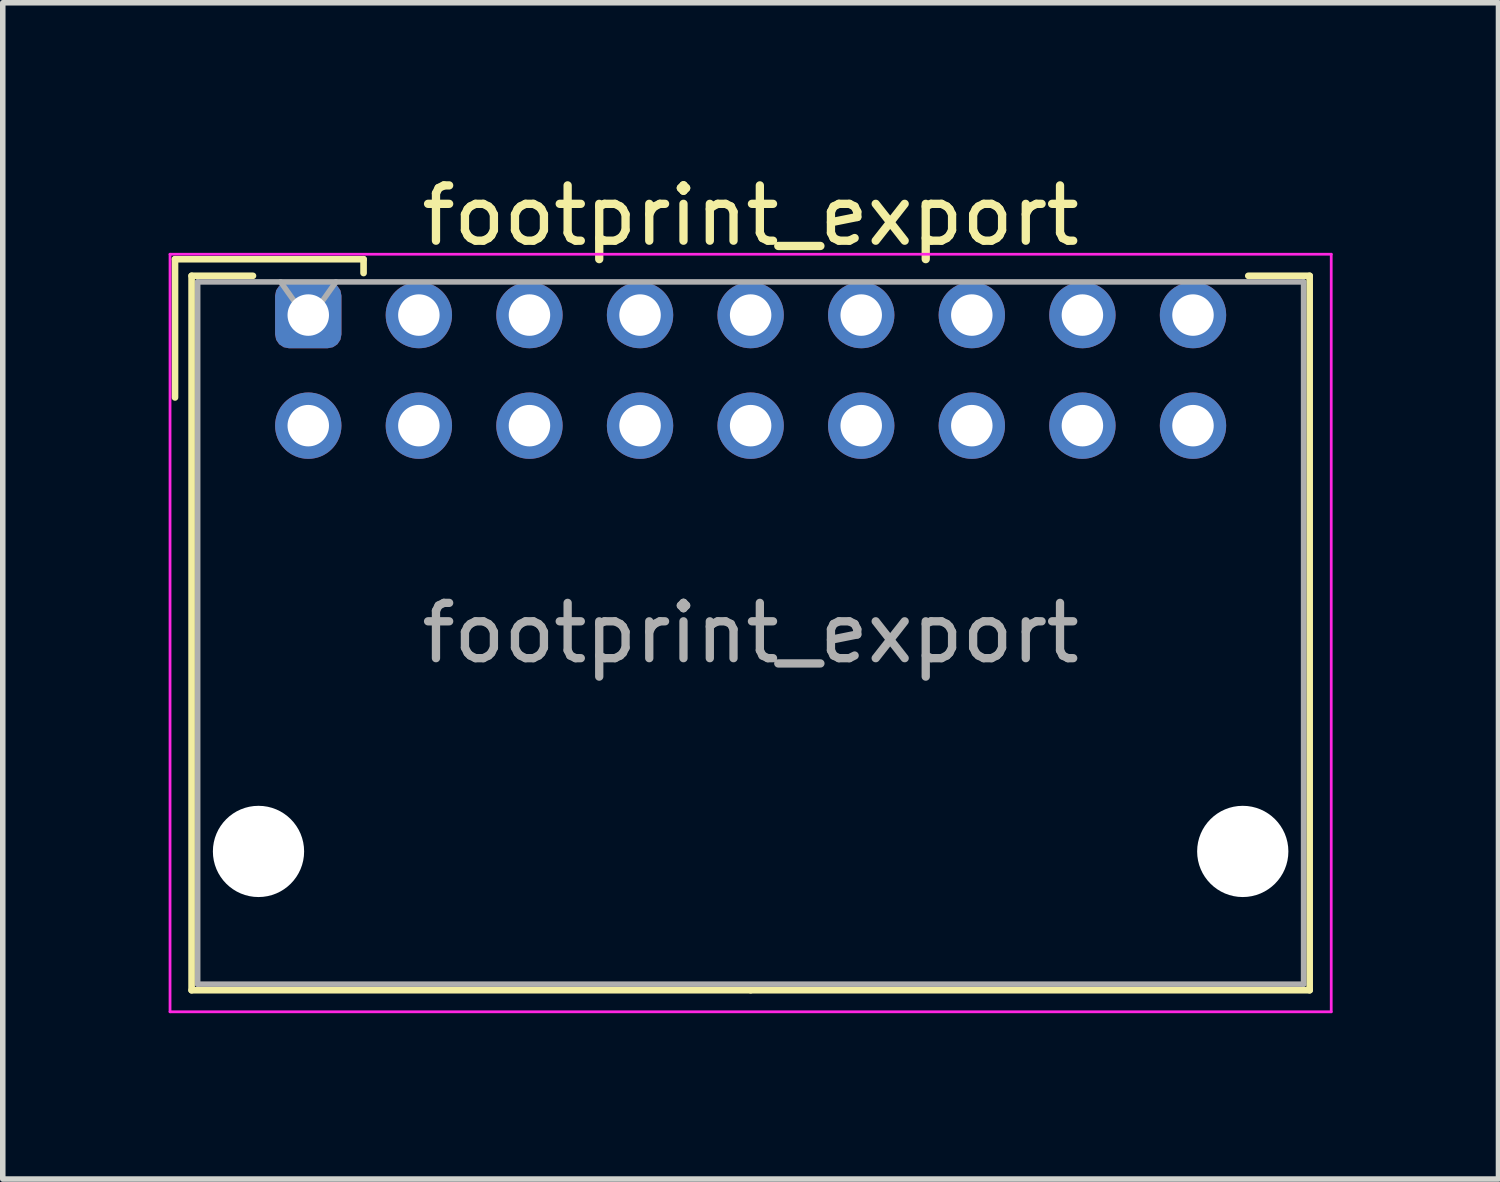
<source format=kicad_pcb>
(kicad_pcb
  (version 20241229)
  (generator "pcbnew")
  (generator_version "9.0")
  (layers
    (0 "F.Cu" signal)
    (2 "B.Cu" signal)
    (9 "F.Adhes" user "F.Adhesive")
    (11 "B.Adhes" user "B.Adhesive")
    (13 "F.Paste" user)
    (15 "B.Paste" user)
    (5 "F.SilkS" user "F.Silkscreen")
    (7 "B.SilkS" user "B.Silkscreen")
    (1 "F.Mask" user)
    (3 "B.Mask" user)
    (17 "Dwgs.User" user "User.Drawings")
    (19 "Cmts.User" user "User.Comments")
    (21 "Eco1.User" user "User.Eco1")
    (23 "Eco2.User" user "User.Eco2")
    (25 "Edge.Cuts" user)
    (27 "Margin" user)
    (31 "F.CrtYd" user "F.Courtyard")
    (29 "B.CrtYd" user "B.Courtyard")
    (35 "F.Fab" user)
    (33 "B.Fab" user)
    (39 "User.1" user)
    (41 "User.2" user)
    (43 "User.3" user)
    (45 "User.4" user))
  (footprint "footprint_export"
    (layer "F.Cu")
    (at 2.525 2.648)
    (property "Reference" "footprint_export" (at 8 -1.8 0) (layer "F.SilkS") (effects (font (size 1 1) (thickness 0.15))))
    (attr through_hole)
    (fp_line (start -2.41 -1.01) (end -2.41 1.49) (stroke (width 0.12) (type solid)) (layer "F.SilkS"))
    (fp_line (start -2.11 -0.71) (end -2.11 12.21) (stroke (width 0.12) (type solid)) (layer "F.SilkS"))
    (fp_line (start -2.11 12.21) (end 8 12.21) (stroke (width 0.12) (type solid)) (layer "F.SilkS"))
    (fp_line (start -1 -0.71) (end -2.11 -0.71) (stroke (width 0.12) (type solid)) (layer "F.SilkS"))
    (fp_line (start 1 -1.01) (end -2.41 -1.01) (stroke (width 0.12) (type solid)) (layer "F.SilkS"))
    (fp_line (start 1 -0.76) (end 1 -1.01) (stroke (width 0.12) (type solid)) (layer "F.SilkS"))
    (fp_line (start 17 -0.71) (end 18.11 -0.71) (stroke (width 0.12) (type solid)) (layer "F.SilkS"))
    (fp_line (start 18.11 -0.71) (end 18.11 12.21) (stroke (width 0.12) (type solid)) (layer "F.SilkS"))
    (fp_line (start 18.11 12.21) (end 8 12.21) (stroke (width 0.12) (type solid)) (layer "F.SilkS"))
    (fp_line (start -2.5 -1.1) (end -2.5 12.6) (stroke (width 0.05) (type solid)) (layer "F.CrtYd"))
    (fp_line (start -2.5 12.6) (end 18.5 12.6) (stroke (width 0.05) (type solid)) (layer "F.CrtYd"))
    (fp_line (start 18.5 -1.1) (end -2.5 -1.1) (stroke (width 0.05) (type solid)) (layer "F.CrtYd"))
    (fp_line (start 18.5 12.6) (end 18.5 -1.1) (stroke (width 0.05) (type solid)) (layer "F.CrtYd"))
    (fp_line (start -2 -0.6) (end -2 12.1) (stroke (width 0.1) (type solid)) (layer "F.Fab"))
    (fp_line (start -2 12.1) (end 18 12.1) (stroke (width 0.1) (type solid)) (layer "F.Fab"))
    (fp_line (start 0 0.107) (end -0.5 -0.6) (stroke (width 0.1) (type solid)) (layer "F.Fab"))
    (fp_line (start 0.5 -0.6) (end 0 0.107) (stroke (width 0.1) (type solid)) (layer "F.Fab"))
    (fp_line (start 18 -0.6) (end -2 -0.6) (stroke (width 0.1) (type solid)) (layer "F.Fab"))
    (fp_line (start 18 12.1) (end 18 -0.6) (stroke (width 0.1) (type solid)) (layer "F.Fab"))
    (fp_text user "${REFERENCE}" (at 8 5.75 0) (layer "F.Fab") (effects (font (size 1 1) (thickness 0.15))))
    (pad "" np_thru_hole circle (at -0.9 9.7) (size 1.65 1.65) (drill 1.65) (layers "*.Cu" "*.Mask"))
    (pad "" np_thru_hole circle (at 16.9 9.7) (size 1.65 1.65) (drill 1.65) (layers "*.Cu" "*.Mask"))
    (pad "1" thru_hole roundrect (at 0 0) (size 1.2 1.2) (drill 0.75) (layers "*.Cu" "*.Mask") (roundrect_rratio 0.208))
    (pad "2" thru_hole circle (at 0 2) (size 1.2 1.2) (drill 0.75) (layers "*.Cu" "*.Mask"))
    (pad "3" thru_hole circle (at 2 0) (size 1.2 1.2) (drill 0.75) (layers "*.Cu" "*.Mask"))
    (pad "4" thru_hole circle (at 2 2) (size 1.2 1.2) (drill 0.75) (layers "*.Cu" "*.Mask"))
    (pad "5" thru_hole circle (at 4 0) (size 1.2 1.2) (drill 0.75) (layers "*.Cu" "*.Mask"))
    (pad "6" thru_hole circle (at 4 2) (size 1.2 1.2) (drill 0.75) (layers "*.Cu" "*.Mask"))
    (pad "7" thru_hole circle (at 6 0) (size 1.2 1.2) (drill 0.75) (layers "*.Cu" "*.Mask"))
    (pad "8" thru_hole circle (at 6 2) (size 1.2 1.2) (drill 0.75) (layers "*.Cu" "*.Mask"))
    (pad "9" thru_hole circle (at 8 0) (size 1.2 1.2) (drill 0.75) (layers "*.Cu" "*.Mask"))
    (pad "10" thru_hole circle (at 8 2) (size 1.2 1.2) (drill 0.75) (layers "*.Cu" "*.Mask"))
    (pad "11" thru_hole circle (at 10 0) (size 1.2 1.2) (drill 0.75) (layers "*.Cu" "*.Mask"))
    (pad "12" thru_hole circle (at 10 2) (size 1.2 1.2) (drill 0.75) (layers "*.Cu" "*.Mask"))
    (pad "13" thru_hole circle (at 12 0) (size 1.2 1.2) (drill 0.75) (layers "*.Cu" "*.Mask"))
    (pad "14" thru_hole circle (at 12 2) (size 1.2 1.2) (drill 0.75) (layers "*.Cu" "*.Mask"))
    (pad "15" thru_hole circle (at 14 0) (size 1.2 1.2) (drill 0.75) (layers "*.Cu" "*.Mask"))
    (pad "16" thru_hole circle (at 14 2) (size 1.2 1.2) (drill 0.75) (layers "*.Cu" "*.Mask"))
    (pad "17" thru_hole circle (at 16 0) (size 1.2 1.2) (drill 0.75) (layers "*.Cu" "*.Mask"))
    (pad "18" thru_hole circle (at 16 2) (size 1.2 1.2) (drill 0.75) (layers "*.Cu" "*.Mask")))
  (gr_rect
    (start -3 -3)
    (end 24.05 18.273)
    (stroke (width 0.1) (type default))
    (fill no)
    (layer "Edge.Cuts")))
</source>
